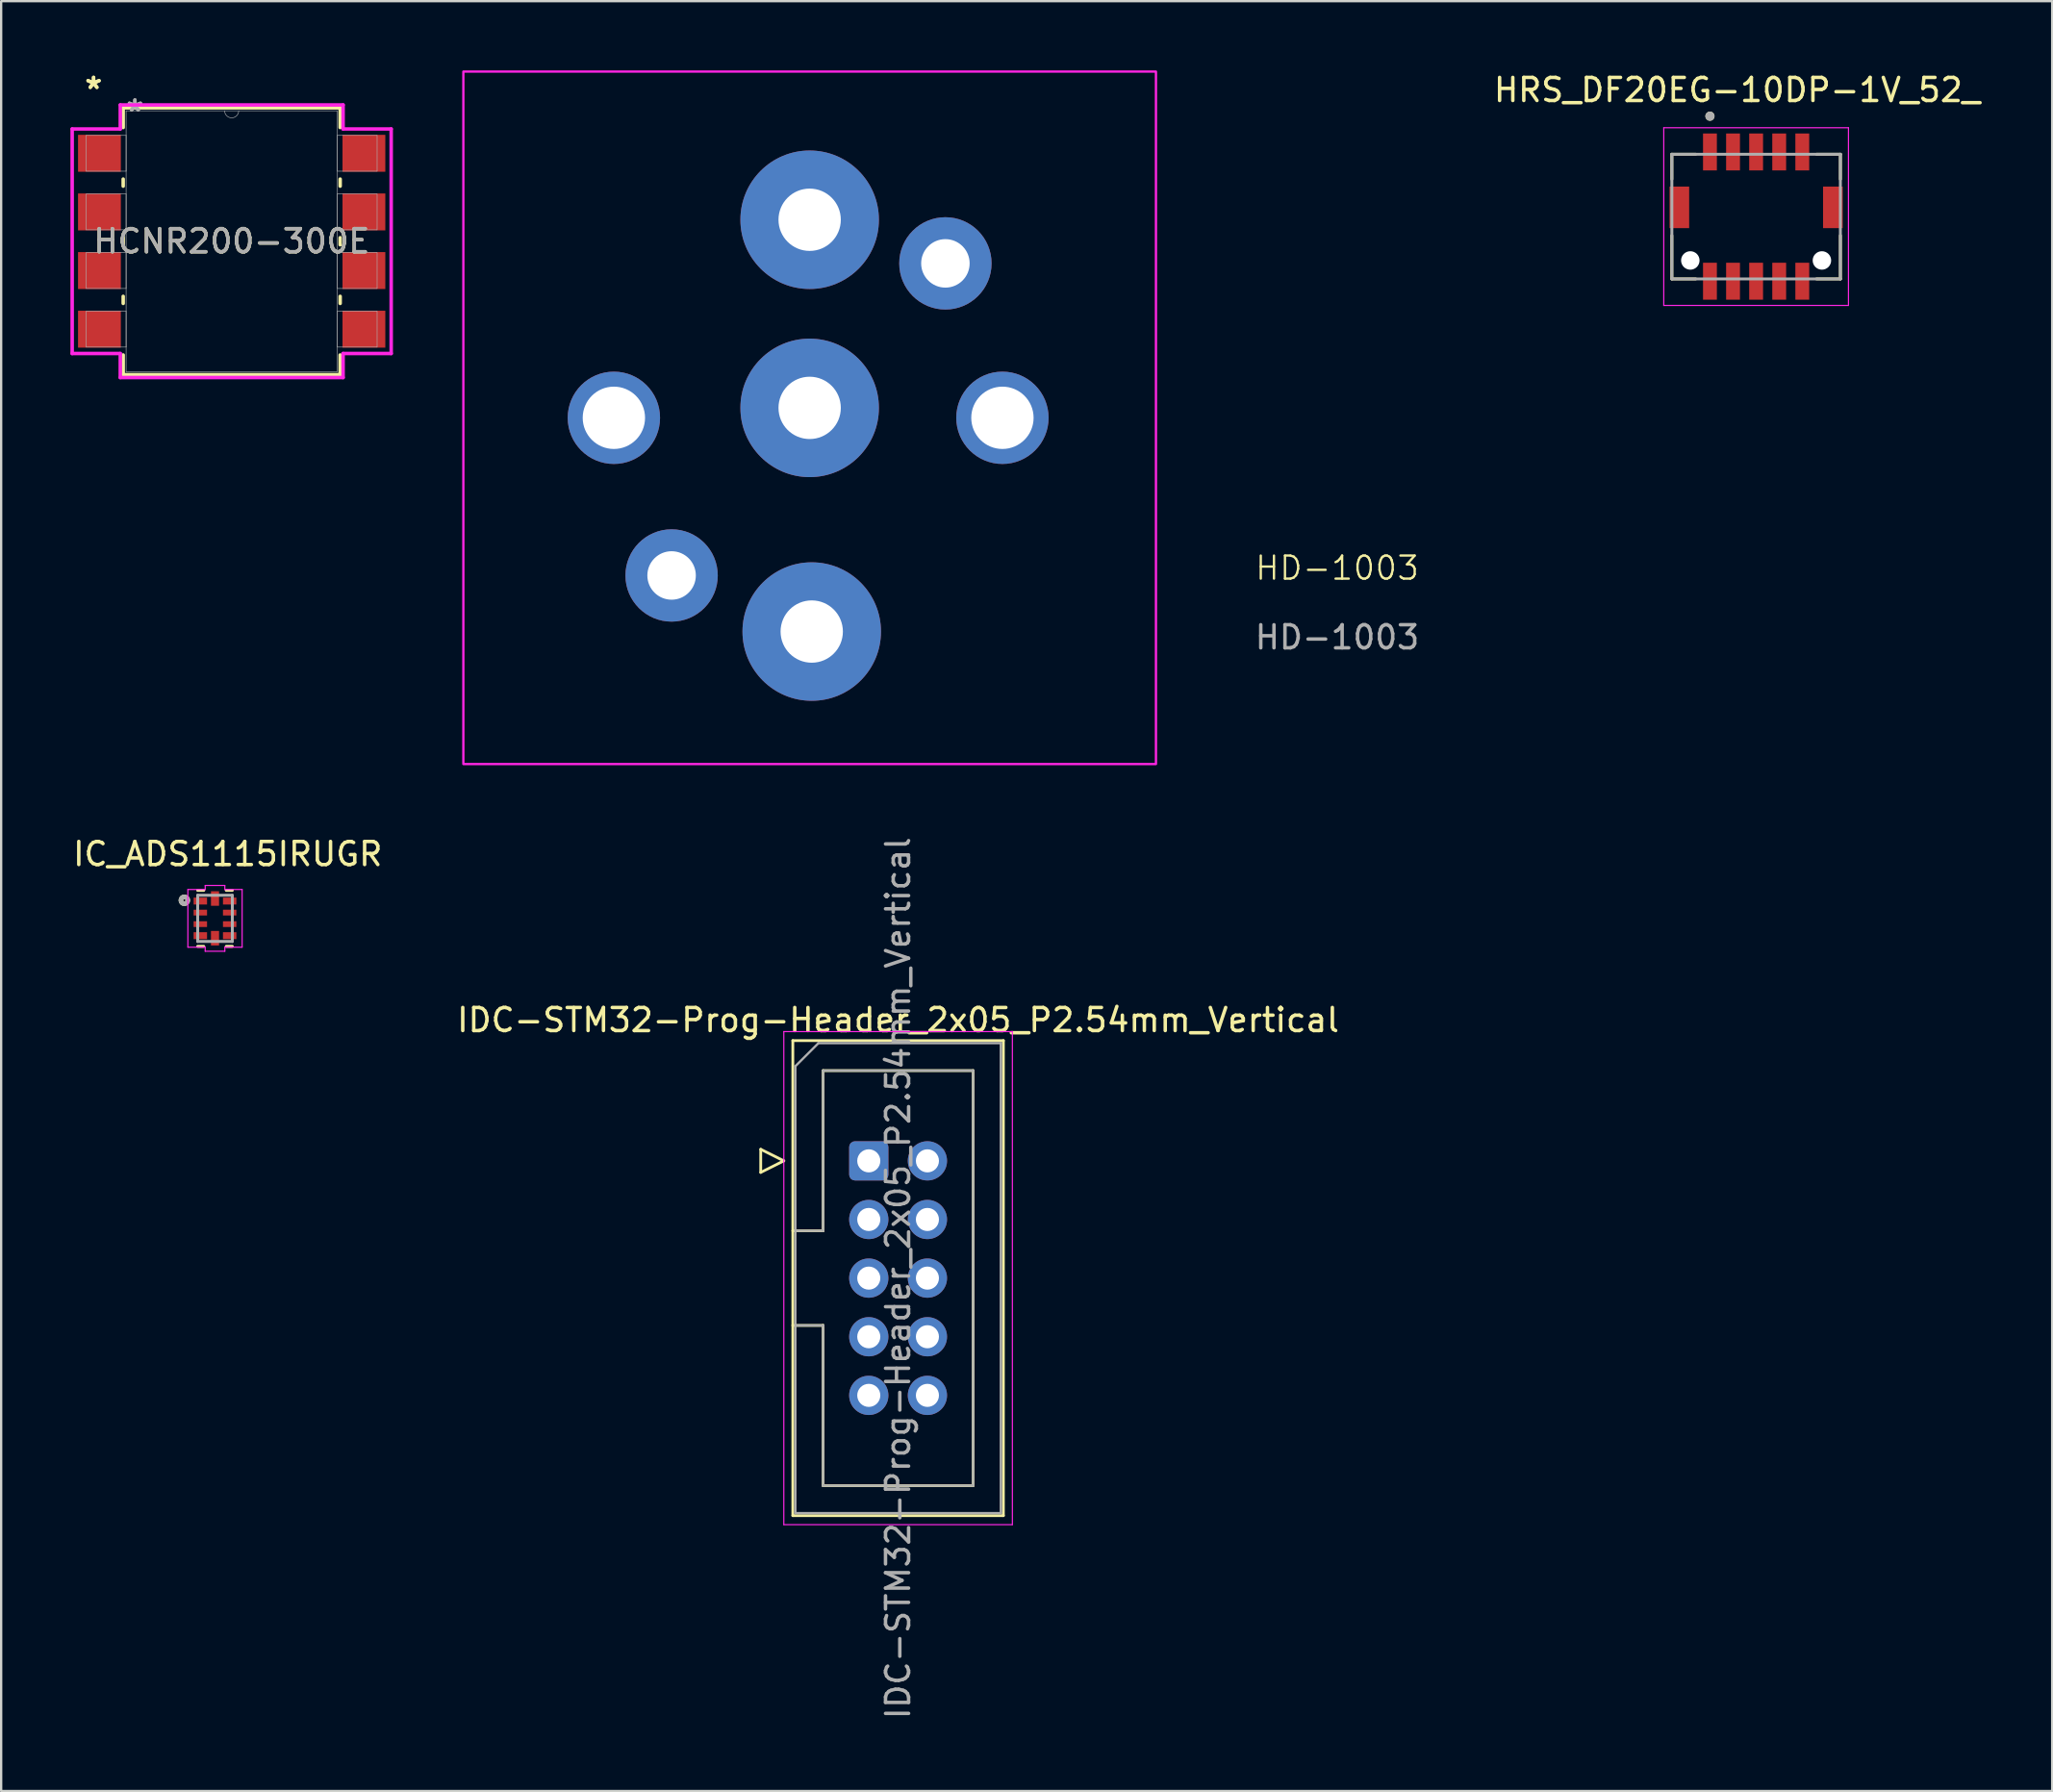
<source format=kicad_pcb>
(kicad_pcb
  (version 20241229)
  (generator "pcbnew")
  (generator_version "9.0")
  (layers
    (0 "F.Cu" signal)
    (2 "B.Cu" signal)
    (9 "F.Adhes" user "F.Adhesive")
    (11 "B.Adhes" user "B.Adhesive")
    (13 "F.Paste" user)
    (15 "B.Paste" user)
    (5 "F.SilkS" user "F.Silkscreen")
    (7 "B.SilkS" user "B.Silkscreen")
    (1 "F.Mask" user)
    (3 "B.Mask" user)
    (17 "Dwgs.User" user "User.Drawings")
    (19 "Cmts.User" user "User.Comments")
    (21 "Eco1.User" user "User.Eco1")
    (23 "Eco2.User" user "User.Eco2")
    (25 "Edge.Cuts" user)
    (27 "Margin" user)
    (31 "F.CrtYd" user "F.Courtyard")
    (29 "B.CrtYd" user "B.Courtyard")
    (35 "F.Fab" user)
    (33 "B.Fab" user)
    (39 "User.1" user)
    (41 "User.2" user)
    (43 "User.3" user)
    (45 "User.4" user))
  (footprint "IC_ADS1115IRUGR"
    (layer "F.Cu")
    (at 6.263 36.735)
    (property "Reference" "IC_ADS1115IRUGR" (at 0.552 -2.787 0) (layer "F.SilkS") (effects (font (size 1 1) (thickness 0.15))))
    (attr smd)
    (fp_line (start -0.488 -1.213) (end -0.75 -1.213) (stroke (width 0.127) (type solid)) (layer "F.SilkS"))
    (fp_line (start -0.488 1.213) (end -0.75 1.213) (stroke (width 0.127) (type solid)) (layer "F.SilkS"))
    (fp_line (start 0.75 -1.213) (end 0.488 -1.213) (stroke (width 0.127) (type solid)) (layer "F.SilkS"))
    (fp_line (start 0.75 1.213) (end 0.488 1.213) (stroke (width 0.127) (type solid)) (layer "F.SilkS"))
    (fp_circle (center -1.328 -0.783) (end -1.278 -0.783) (stroke (width 0.2) (type solid)) (fill no) (layer "F.SilkS"))
    (fp_poly (pts (xy -0.92 -0.6) (xy -0.92 -0.9) (xy -0.35 -0.9) (xy -0.35 -0.6)) (stroke (width 0.01) (type solid)) (fill yes) (layer "F.Paste"))
    (fp_poly (pts (xy -0.92 -0.13) (xy -0.92 -0.37) (xy -0.35 -0.37) (xy -0.35 -0.13)) (stroke (width 0.01) (type solid)) (fill yes) (layer "F.Paste"))
    (fp_poly (pts (xy -0.92 0.37) (xy -0.92 0.13) (xy -0.35 0.13) (xy -0.35 0.37)) (stroke (width 0.01) (type solid)) (fill yes) (layer "F.Paste"))
    (fp_poly (pts (xy -0.92 0.9) (xy -0.92 0.6) (xy -0.35 0.6) (xy -0.35 0.9)) (stroke (width 0.01) (type solid)) (fill yes) (layer "F.Paste"))
    (fp_poly (pts (xy -0.17 -1.17) (xy 0.17 -1.17) (xy 0.17 -0.55) (xy -0.17 -0.55)) (stroke (width 0.01) (type solid)) (fill yes) (layer "F.Paste"))
    (fp_poly (pts (xy -0.17 0.55) (xy 0.17 0.55) (xy 0.17 1.17) (xy -0.17 1.17)) (stroke (width 0.01) (type solid)) (fill yes) (layer "F.Paste"))
    (fp_poly (pts (xy 0.35 -0.6) (xy 0.35 -0.9) (xy 0.92 -0.9) (xy 0.92 -0.6)) (stroke (width 0.01) (type solid)) (fill yes) (layer "F.Paste"))
    (fp_poly (pts (xy 0.35 -0.13) (xy 0.35 -0.37) (xy 0.92 -0.37) (xy 0.92 -0.13)) (stroke (width 0.01) (type solid)) (fill yes) (layer "F.Paste"))
    (fp_poly (pts (xy 0.35 0.37) (xy 0.35 0.13) (xy 0.92 0.13) (xy 0.92 0.37)) (stroke (width 0.01) (type solid)) (fill yes) (layer "F.Paste"))
    (fp_poly (pts (xy 0.35 0.9) (xy 0.35 0.6) (xy 0.92 0.6) (xy 0.92 0.9)) (stroke (width 0.01) (type solid)) (fill yes) (layer "F.Paste"))
    (fp_line (start -1.175 -1.25) (end -0.425 -1.25) (stroke (width 0.05) (type solid)) (layer "F.CrtYd"))
    (fp_line (start -1.175 1.25) (end -1.175 -1.25) (stroke (width 0.05) (type solid)) (layer "F.CrtYd"))
    (fp_line (start -0.425 -1.425) (end 0.425 -1.425) (stroke (width 0.05) (type solid)) (layer "F.CrtYd"))
    (fp_line (start -0.425 -1.25) (end -0.425 -1.425) (stroke (width 0.05) (type solid)) (layer "F.CrtYd"))
    (fp_line (start -0.425 1.25) (end -1.175 1.25) (stroke (width 0.05) (type solid)) (layer "F.CrtYd"))
    (fp_line (start -0.425 1.425) (end -0.425 1.25) (stroke (width 0.05) (type solid)) (layer "F.CrtYd"))
    (fp_line (start 0.425 -1.425) (end 0.425 -1.25) (stroke (width 0.05) (type solid)) (layer "F.CrtYd"))
    (fp_line (start 0.425 -1.25) (end 1.175 -1.25) (stroke (width 0.05) (type solid)) (layer "F.CrtYd"))
    (fp_line (start 0.425 1.25) (end 0.425 1.425) (stroke (width 0.05) (type solid)) (layer "F.CrtYd"))
    (fp_line (start 0.425 1.425) (end -0.425 1.425) (stroke (width 0.05) (type solid)) (layer "F.CrtYd"))
    (fp_line (start 1.175 -1.25) (end 1.175 1.25) (stroke (width 0.05) (type solid)) (layer "F.CrtYd"))
    (fp_line (start 1.175 1.25) (end 0.425 1.25) (stroke (width 0.05) (type solid)) (layer "F.CrtYd"))
    (fp_line (start -0.75 -1) (end -0.75 1) (stroke (width 0.127) (type solid)) (layer "F.Fab"))
    (fp_line (start -0.75 1) (end 0.75 1) (stroke (width 0.127) (type solid)) (layer "F.Fab"))
    (fp_line (start 0.75 -1) (end -0.75 -1) (stroke (width 0.127) (type solid)) (layer "F.Fab"))
    (fp_line (start 0.75 1) (end 0.75 -1) (stroke (width 0.127) (type solid)) (layer "F.Fab"))
    (fp_circle (center -1.328 -0.783) (end -1.278 -0.783) (stroke (width 0.2) (type solid)) (fill no) (layer "F.Fab"))
    (pad "1" smd rect (at -0.635 -0.75 270) (size 0.3 0.58) (layers "F.Cu" "F.Mask"))
    (pad "2" smd rect (at -0.635 -0.25 270) (size 0.25 0.58) (layers "F.Cu" "F.Mask"))
    (pad "3" smd rect (at -0.635 0.25 270) (size 0.25 0.58) (layers "F.Cu" "F.Mask"))
    (pad "4" smd rect (at -0.635 0.75 270) (size 0.3 0.58) (layers "F.Cu" "F.Mask"))
    (pad "5" smd rect (at 0 0.86 270) (size 0.63 0.35) (layers "F.Cu" "F.Mask"))
    (pad "6" smd rect (at 0.635 0.75 270) (size 0.3 0.58) (layers "F.Cu" "F.Mask"))
    (pad "7" smd rect (at 0.635 0.25 270) (size 0.25 0.58) (layers "F.Cu" "F.Mask"))
    (pad "8" smd rect (at 0.635 -0.25 270) (size 0.25 0.58) (layers "F.Cu" "F.Mask"))
    (pad "9" smd rect (at 0.635 -0.75 270) (size 0.3 0.58) (layers "F.Cu" "F.Mask"))
    (pad "10" smd rect (at 0 -0.86 270) (size 0.63 0.35) (layers "F.Cu" "F.Mask")))
  (footprint "IDC-STM32-Prog-Header_2x05_P2.54mm_Vertical"
    (layer "F.Cu")
    (at 34.581 47.24)
    (property "Reference" "IDC-STM32-Prog-Header_2x05_P2.54mm_Vertical" (at 1.27 -6.1 0) (layer "F.SilkS") (effects (font (size 1 1) (thickness 0.15))))
    (attr through_hole)
    (fp_line (start -4.68 -0.5) (end -4.68 0.5) (stroke (width 0.12) (type solid)) (layer "F.SilkS"))
    (fp_line (start -4.68 0.5) (end -3.68 0) (stroke (width 0.12) (type solid)) (layer "F.SilkS"))
    (fp_line (start -3.68 0) (end -4.68 -0.5) (stroke (width 0.12) (type solid)) (layer "F.SilkS"))
    (fp_line (start -3.29 -5.21) (end 5.83 -5.21) (stroke (width 0.12) (type solid)) (layer "F.SilkS"))
    (fp_line (start -3.29 3.03) (end -1.98 3.03) (stroke (width 0.12) (type solid)) (layer "F.SilkS"))
    (fp_line (start -3.29 15.37) (end -3.29 -5.21) (stroke (width 0.12) (type solid)) (layer "F.SilkS"))
    (fp_line (start -1.98 -3.91) (end 4.52 -3.91) (stroke (width 0.12) (type solid)) (layer "F.SilkS"))
    (fp_line (start -1.98 3.03) (end -1.98 -3.91) (stroke (width 0.12) (type solid)) (layer "F.SilkS"))
    (fp_line (start -1.98 7.13) (end -3.29 7.13) (stroke (width 0.12) (type solid)) (layer "F.SilkS"))
    (fp_line (start -1.98 7.13) (end -1.98 7.13) (stroke (width 0.12) (type solid)) (layer "F.SilkS"))
    (fp_line (start -1.98 14.07) (end -1.98 7.13) (stroke (width 0.12) (type solid)) (layer "F.SilkS"))
    (fp_line (start 4.52 -3.91) (end 4.52 14.07) (stroke (width 0.12) (type solid)) (layer "F.SilkS"))
    (fp_line (start 4.52 14.07) (end -1.98 14.07) (stroke (width 0.12) (type solid)) (layer "F.SilkS"))
    (fp_line (start 5.83 -5.21) (end 5.83 15.37) (stroke (width 0.12) (type solid)) (layer "F.SilkS"))
    (fp_line (start 5.83 15.37) (end -3.29 15.37) (stroke (width 0.12) (type solid)) (layer "F.SilkS"))
    (fp_line (start -3.68 -5.6) (end -3.68 15.76) (stroke (width 0.05) (type solid)) (layer "F.CrtYd"))
    (fp_line (start -3.68 15.76) (end 6.22 15.76) (stroke (width 0.05) (type solid)) (layer "F.CrtYd"))
    (fp_line (start 6.22 -5.6) (end -3.68 -5.6) (stroke (width 0.05) (type solid)) (layer "F.CrtYd"))
    (fp_line (start 6.22 15.76) (end 6.22 -5.6) (stroke (width 0.05) (type solid)) (layer "F.CrtYd"))
    (fp_line (start -3.18 -4.1) (end -2.18 -5.1) (stroke (width 0.1) (type solid)) (layer "F.Fab"))
    (fp_line (start -3.18 3.03) (end -1.98 3.03) (stroke (width 0.1) (type solid)) (layer "F.Fab"))
    (fp_line (start -3.18 15.26) (end -3.18 -4.1) (stroke (width 0.1) (type solid)) (layer "F.Fab"))
    (fp_line (start -2.18 -5.1) (end 5.72 -5.1) (stroke (width 0.1) (type solid)) (layer "F.Fab"))
    (fp_line (start -1.98 -3.91) (end 4.52 -3.91) (stroke (width 0.1) (type solid)) (layer "F.Fab"))
    (fp_line (start -1.98 3.03) (end -1.98 -3.91) (stroke (width 0.1) (type solid)) (layer "F.Fab"))
    (fp_line (start -1.98 7.13) (end -3.18 7.13) (stroke (width 0.1) (type solid)) (layer "F.Fab"))
    (fp_line (start -1.98 7.13) (end -1.98 7.13) (stroke (width 0.1) (type solid)) (layer "F.Fab"))
    (fp_line (start -1.98 14.07) (end -1.98 7.13) (stroke (width 0.1) (type solid)) (layer "F.Fab"))
    (fp_line (start 4.52 -3.91) (end 4.52 14.07) (stroke (width 0.1) (type solid)) (layer "F.Fab"))
    (fp_line (start 4.52 14.07) (end -1.98 14.07) (stroke (width 0.1) (type solid)) (layer "F.Fab"))
    (fp_line (start 5.72 -5.1) (end 5.72 15.26) (stroke (width 0.1) (type solid)) (layer "F.Fab"))
    (fp_line (start 5.72 15.26) (end -3.18 15.26) (stroke (width 0.1) (type solid)) (layer "F.Fab"))
    (fp_text user "${REFERENCE}" (at 1.27 5.08 90) (layer "F.Fab") (effects (font (size 1 1) (thickness 0.15))))
    (pad "1" thru_hole roundrect (at 0 0) (size 1.7 1.7) (drill 1) (layers "*.Cu" "*.Mask") (roundrect_rratio 0.147))
    (pad "2" thru_hole circle (at 2.54 0) (size 1.7 1.7) (drill 1) (layers "*.Cu" "*.Mask"))
    (pad "3" thru_hole circle (at 0 2.54) (size 1.7 1.7) (drill 1) (layers "*.Cu" "*.Mask"))
    (pad "4" thru_hole circle (at 2.54 2.54) (size 1.7 1.7) (drill 1) (layers "*.Cu" "*.Mask"))
    (pad "5" thru_hole circle (at 0 5.08) (size 1.7 1.7) (drill 1) (layers "*.Cu" "*.Mask"))
    (pad "6" thru_hole circle (at 2.54 5.08) (size 1.7 1.7) (drill 1) (layers "*.Cu" "*.Mask"))
    (pad "7" thru_hole circle (at 0 7.62) (size 1.7 1.7) (drill 1) (layers "*.Cu" "*.Mask"))
    (pad "8" thru_hole circle (at 2.54 7.62) (size 1.7 1.7) (drill 1) (layers "*.Cu" "*.Mask"))
    (pad "9" thru_hole circle (at 0 10.16) (size 1.7 1.7) (drill 1) (layers "*.Cu" "*.Mask"))
    (pad "10" thru_hole circle (at 2.54 10.16) (size 1.7 1.7) (drill 1) (layers "*.Cu" "*.Mask")))
  (footprint "HCNR200-300E"
    (layer "F.Cu")
    (at 6.985 7.401)
    (property "Reference" "HCNR200-300E" (at 0 0 0) (unlocked yes) (layer "F.SilkS") (effects (font (size 1 1) (thickness 0.15))))
    (attr smd)
    (fp_line (start -4.699 -5.779) (end -4.699 -4.927) (stroke (width 0.152) (type solid)) (layer "F.SilkS"))
    (fp_line (start -4.699 -2.693) (end -4.699 -2.387) (stroke (width 0.152) (type solid)) (layer "F.SilkS"))
    (fp_line (start -4.699 -0.153) (end -4.699 0.153) (stroke (width 0.152) (type solid)) (layer "F.SilkS"))
    (fp_line (start -4.699 2.387) (end -4.699 2.693) (stroke (width 0.152) (type solid)) (layer "F.SilkS"))
    (fp_line (start -4.699 4.927) (end -4.699 5.779) (stroke (width 0.152) (type solid)) (layer "F.SilkS"))
    (fp_line (start -4.699 5.779) (end 4.699 5.779) (stroke (width 0.152) (type solid)) (layer "F.SilkS"))
    (fp_line (start 4.699 -5.779) (end -4.699 -5.779) (stroke (width 0.152) (type solid)) (layer "F.SilkS"))
    (fp_line (start 4.699 -4.927) (end 4.699 -5.779) (stroke (width 0.152) (type solid)) (layer "F.SilkS"))
    (fp_line (start 4.699 -2.387) (end 4.699 -2.693) (stroke (width 0.152) (type solid)) (layer "F.SilkS"))
    (fp_line (start 4.699 0.153) (end 4.699 -0.153) (stroke (width 0.152) (type solid)) (layer "F.SilkS"))
    (fp_line (start 4.699 2.693) (end 4.699 2.387) (stroke (width 0.152) (type solid)) (layer "F.SilkS"))
    (fp_line (start 4.699 5.779) (end 4.699 4.927) (stroke (width 0.152) (type solid)) (layer "F.SilkS"))
    (fp_line (start -6.909 -4.864) (end -4.826 -4.864) (stroke (width 0.152) (type solid)) (layer "F.CrtYd"))
    (fp_line (start -6.909 4.864) (end -6.909 -4.864) (stroke (width 0.152) (type solid)) (layer "F.CrtYd"))
    (fp_line (start -6.909 4.864) (end -4.826 4.864) (stroke (width 0.152) (type solid)) (layer "F.CrtYd"))
    (fp_line (start -4.826 -5.905) (end 4.826 -5.905) (stroke (width 0.152) (type solid)) (layer "F.CrtYd"))
    (fp_line (start -4.826 -4.864) (end -4.826 -5.905) (stroke (width 0.152) (type solid)) (layer "F.CrtYd"))
    (fp_line (start -4.826 5.905) (end -4.826 4.864) (stroke (width 0.152) (type solid)) (layer "F.CrtYd"))
    (fp_line (start 4.826 -5.905) (end 4.826 -4.864) (stroke (width 0.152) (type solid)) (layer "F.CrtYd"))
    (fp_line (start 4.826 4.864) (end 4.826 5.905) (stroke (width 0.152) (type solid)) (layer "F.CrtYd"))
    (fp_line (start 4.826 5.905) (end -4.826 5.905) (stroke (width 0.152) (type solid)) (layer "F.CrtYd"))
    (fp_line (start 6.909 -4.864) (end 4.826 -4.864) (stroke (width 0.152) (type solid)) (layer "F.CrtYd"))
    (fp_line (start 6.909 -4.864) (end 6.909 4.864) (stroke (width 0.152) (type solid)) (layer "F.CrtYd"))
    (fp_line (start 6.909 4.864) (end 4.826 4.864) (stroke (width 0.152) (type solid)) (layer "F.CrtYd"))
    (fp_line (start -6.299 -4.585) (end -6.299 -3.035) (stroke (width 0.025) (type solid)) (layer "F.Fab"))
    (fp_line (start -6.299 -3.035) (end -4.572 -3.035) (stroke (width 0.025) (type solid)) (layer "F.Fab"))
    (fp_line (start -6.299 -2.045) (end -6.299 -0.495) (stroke (width 0.025) (type solid)) (layer "F.Fab"))
    (fp_line (start -6.299 -0.495) (end -4.572 -0.495) (stroke (width 0.025) (type solid)) (layer "F.Fab"))
    (fp_line (start -6.299 0.495) (end -6.299 2.045) (stroke (width 0.025) (type solid)) (layer "F.Fab"))
    (fp_line (start -6.299 2.045) (end -4.572 2.045) (stroke (width 0.025) (type solid)) (layer "F.Fab"))
    (fp_line (start -6.299 3.035) (end -6.299 4.585) (stroke (width 0.025) (type solid)) (layer "F.Fab"))
    (fp_line (start -6.299 4.585) (end -4.572 4.585) (stroke (width 0.025) (type solid)) (layer "F.Fab"))
    (fp_line (start -4.572 -5.652) (end -4.572 5.652) (stroke (width 0.025) (type solid)) (layer "F.Fab"))
    (fp_line (start -4.572 -4.585) (end -6.299 -4.585) (stroke (width 0.025) (type solid)) (layer "F.Fab"))
    (fp_line (start -4.572 -3.035) (end -4.572 -4.585) (stroke (width 0.025) (type solid)) (layer "F.Fab"))
    (fp_line (start -4.572 -2.045) (end -6.299 -2.045) (stroke (width 0.025) (type solid)) (layer "F.Fab"))
    (fp_line (start -4.572 -0.495) (end -4.572 -2.045) (stroke (width 0.025) (type solid)) (layer "F.Fab"))
    (fp_line (start -4.572 0.495) (end -6.299 0.495) (stroke (width 0.025) (type solid)) (layer "F.Fab"))
    (fp_line (start -4.572 2.045) (end -4.572 0.495) (stroke (width 0.025) (type solid)) (layer "F.Fab"))
    (fp_line (start -4.572 3.035) (end -6.299 3.035) (stroke (width 0.025) (type solid)) (layer "F.Fab"))
    (fp_line (start -4.572 4.585) (end -4.572 3.035) (stroke (width 0.025) (type solid)) (layer "F.Fab"))
    (fp_line (start -4.572 5.652) (end 4.572 5.652) (stroke (width 0.025) (type solid)) (layer "F.Fab"))
    (fp_line (start 4.572 -5.652) (end -4.572 -5.652) (stroke (width 0.025) (type solid)) (layer "F.Fab"))
    (fp_line (start 4.572 -4.585) (end 4.572 -3.035) (stroke (width 0.025) (type solid)) (layer "F.Fab"))
    (fp_line (start 4.572 -3.035) (end 6.299 -3.035) (stroke (width 0.025) (type solid)) (layer "F.Fab"))
    (fp_line (start 4.572 -2.045) (end 4.572 -0.495) (stroke (width 0.025) (type solid)) (layer "F.Fab"))
    (fp_line (start 4.572 -0.495) (end 6.299 -0.495) (stroke (width 0.025) (type solid)) (layer "F.Fab"))
    (fp_line (start 4.572 0.495) (end 4.572 2.045) (stroke (width 0.025) (type solid)) (layer "F.Fab"))
    (fp_line (start 4.572 2.045) (end 6.299 2.045) (stroke (width 0.025) (type solid)) (layer "F.Fab"))
    (fp_line (start 4.572 3.035) (end 4.572 4.585) (stroke (width 0.025) (type solid)) (layer "F.Fab"))
    (fp_line (start 4.572 4.585) (end 6.299 4.585) (stroke (width 0.025) (type solid)) (layer "F.Fab"))
    (fp_line (start 4.572 5.652) (end 4.572 -5.652) (stroke (width 0.025) (type solid)) (layer "F.Fab"))
    (fp_line (start 6.299 -4.585) (end 4.572 -4.585) (stroke (width 0.025) (type solid)) (layer "F.Fab"))
    (fp_line (start 6.299 -3.035) (end 6.299 -4.585) (stroke (width 0.025) (type solid)) (layer "F.Fab"))
    (fp_line (start 6.299 -2.045) (end 4.572 -2.045) (stroke (width 0.025) (type solid)) (layer "F.Fab"))
    (fp_line (start 6.299 -0.495) (end 6.299 -2.045) (stroke (width 0.025) (type solid)) (layer "F.Fab"))
    (fp_line (start 6.299 0.495) (end 4.572 0.495) (stroke (width 0.025) (type solid)) (layer "F.Fab"))
    (fp_line (start 6.299 2.045) (end 6.299 0.495) (stroke (width 0.025) (type solid)) (layer "F.Fab"))
    (fp_line (start 6.299 3.035) (end 4.572 3.035) (stroke (width 0.025) (type solid)) (layer "F.Fab"))
    (fp_line (start 6.299 4.585) (end 6.299 3.035) (stroke (width 0.025) (type solid)) (layer "F.Fab"))
    (fp_arc (start 0.3048 -5.6515) (mid 0 -5.3467) (end -0.3048 -5.6515) (stroke (width 0.0254) (type solid)) (layer "F.Fab"))
    (fp_text user "*" (at -5.982 -6.553 0) (unlocked yes) (layer "F.SilkS") (effects (font (size 1 1) (thickness 0.15))))
    (fp_text user "*" (at -5.982 -6.553 0) (layer "F.SilkS") (effects (font (size 1 1) (thickness 0.15))))
    (fp_text user "*" (at -4.191 -5.575 0) (layer "F.Fab") (effects (font (size 1 1) (thickness 0.15))))
    (fp_text user "*" (at -4.191 -5.575 0) (unlocked yes) (layer "F.Fab") (effects (font (size 1 1) (thickness 0.15))))
    (fp_text user "${REFERENCE}" (at 0 0 0) (unlocked yes) (layer "F.Fab") (effects (font (size 1 1) (thickness 0.15))))
    (pad "1" smd rect (at -5.728 -3.81) (size 1.854 1.6) (layers "F.Cu" "F.Mask" "F.Paste"))
    (pad "2" smd rect (at -5.728 -1.27) (size 1.854 1.6) (layers "F.Cu" "F.Mask" "F.Paste"))
    (pad "3" smd rect (at -5.728 1.27) (size 1.854 1.6) (layers "F.Cu" "F.Mask" "F.Paste"))
    (pad "4" smd rect (at -5.728 3.81) (size 1.854 1.6) (layers "F.Cu" "F.Mask" "F.Paste"))
    (pad "5" smd rect (at 5.728 3.81) (size 1.854 1.6) (layers "F.Cu" "F.Mask" "F.Paste"))
    (pad "6" smd rect (at 5.728 1.27) (size 1.854 1.6) (layers "F.Cu" "F.Mask" "F.Paste"))
    (pad "7" smd rect (at 5.728 -1.27) (size 1.854 1.6) (layers "F.Cu" "F.Mask" "F.Paste"))
    (pad "8" smd rect (at 5.728 -3.81) (size 1.854 1.6) (layers "F.Cu" "F.Mask" "F.Paste")))
  (footprint "HRS_DF20EG-10DP-1V_52_"
    (layer "F.Cu")
    (at 73.016 6.333)
    (property "Reference" "HRS_DF20EG-10DP-1V_52_" (at -0.825 -5.485 0) (layer "F.SilkS") (effects (font (size 1 1) (thickness 0.15))))
    (attr smd)
    (fp_line (start -3.65 -2.7) (end -2.62 -2.7) (stroke (width 0.127) (type solid)) (layer "F.SilkS"))
    (fp_line (start -3.65 -1.62) (end -3.65 -2.7) (stroke (width 0.127) (type solid)) (layer "F.SilkS"))
    (fp_line (start -3.65 2.7) (end -3.65 0.82) (stroke (width 0.127) (type solid)) (layer "F.SilkS"))
    (fp_line (start -2.62 2.7) (end -3.65 2.7) (stroke (width 0.127) (type solid)) (layer "F.SilkS"))
    (fp_line (start 2.62 -2.7) (end 3.65 -2.7) (stroke (width 0.127) (type solid)) (layer "F.SilkS"))
    (fp_line (start 3.65 -2.7) (end 3.65 -1.62) (stroke (width 0.127) (type solid)) (layer "F.SilkS"))
    (fp_line (start 3.65 2.7) (end 2.62 2.7) (stroke (width 0.127) (type solid)) (layer "F.SilkS"))
    (fp_line (start 3.65 2.7) (end 3.65 0.82) (stroke (width 0.127) (type solid)) (layer "F.SilkS"))
    (fp_circle (center -2 -4.35) (end -1.9 -4.35) (stroke (width 0.2) (type solid)) (fill no) (layer "F.SilkS"))
    (fp_line (start -4 -3.85) (end -4 3.85) (stroke (width 0.05) (type solid)) (layer "F.CrtYd"))
    (fp_line (start -4 3.85) (end 4 3.85) (stroke (width 0.05) (type solid)) (layer "F.CrtYd"))
    (fp_line (start 4 -3.85) (end -4 -3.85) (stroke (width 0.05) (type solid)) (layer "F.CrtYd"))
    (fp_line (start 4 3.85) (end 4 -3.85) (stroke (width 0.05) (type solid)) (layer "F.CrtYd"))
    (fp_line (start -3.65 -2.7) (end 3.65 -2.7) (stroke (width 0.127) (type solid)) (layer "F.Fab"))
    (fp_line (start -3.65 2.7) (end -3.65 -2.7) (stroke (width 0.127) (type solid)) (layer "F.Fab"))
    (fp_line (start 3.65 -2.7) (end 3.65 2.7) (stroke (width 0.127) (type solid)) (layer "F.Fab"))
    (fp_line (start 3.65 2.7) (end -3.65 2.7) (stroke (width 0.127) (type solid)) (layer "F.Fab"))
    (fp_circle (center -2 -4.35) (end -1.9 -4.35) (stroke (width 0.2) (type solid)) (fill no) (layer "F.Fab"))
    (pad "" np_thru_hole circle (at -2.85 1.9) (size 0.8 0.8) (drill 0.8) (layers "*.Cu" "*.Mask"))
    (pad "" np_thru_hole circle (at 2.85 1.9) (size 0.8 0.8) (drill 0.8) (layers "*.Cu" "*.Mask"))
    (pad "1" smd rect (at -2 -2.8) (size 0.6 1.6) (layers "F.Cu" "F.Mask" "F.Paste"))
    (pad "2" smd rect (at -1 -2.8) (size 0.6 1.6) (layers "F.Cu" "F.Mask" "F.Paste"))
    (pad "3" smd rect (at 0 -2.8) (size 0.6 1.6) (layers "F.Cu" "F.Mask" "F.Paste"))
    (pad "4" smd rect (at 1 -2.8) (size 0.6 1.6) (layers "F.Cu" "F.Mask" "F.Paste"))
    (pad "5" smd rect (at 2 -2.8) (size 0.6 1.6) (layers "F.Cu" "F.Mask" "F.Paste"))
    (pad "6" smd rect (at -2 2.8) (size 0.6 1.6) (layers "F.Cu" "F.Mask" "F.Paste"))
    (pad "7" smd rect (at -1 2.8) (size 0.6 1.6) (layers "F.Cu" "F.Mask" "F.Paste"))
    (pad "8" smd rect (at 0 2.8) (size 0.6 1.6) (layers "F.Cu" "F.Mask" "F.Paste"))
    (pad "9" smd rect (at 1 2.8) (size 0.6 1.6) (layers "F.Cu" "F.Mask" "F.Paste"))
    (pad "10" smd rect (at 2 2.8) (size 0.6 1.6) (layers "F.Cu" "F.Mask" "F.Paste"))
    (pad "S1" smd rect (at -3.325 -0.4) (size 0.85 1.8) (layers "F.Cu" "F.Mask" "F.Paste"))
    (pad "S2" smd rect (at 3.325 -0.4) (size 0.85 1.8) (layers "F.Cu" "F.Mask" "F.Paste"))
    (zone (net_name "") (layer "F.Cu") (hatch full 0.508) (connect_pads) (min_thickness 0.01) (filled_areas_thickness no) (keepout (tracks not_allowed) (vias not_allowed) (pads not_allowed) (copperpour not_allowed) (footprints allowed)) (placement (enabled no)) (fill) (polygon (pts (xy 70.716 4.333) (xy 75.316 4.333) (xy 75.316 8.333) (xy 70.716 8.333))))
    (zone (net_name "") (layers "F.Cu" "B.Cu") (hatch full 0.508) (connect_pads) (min_thickness 0.01) (filled_areas_thickness no) (keepout (tracks allowed) (vias not_allowed) (pads allowed) (copperpour allowed) (footprints allowed)) (placement (enabled no)) (fill) (polygon (pts (xy 70.716 4.333) (xy 75.316 4.333) (xy 75.316 8.333) (xy 70.716 8.333)))))
  (footprint "HD-1003"
    (layer "F.Cu")
    (at 26.07 19.36)
    (property "Reference" "HD-1003" (at 28.8 2.2 0) (unlocked yes) (layer "F.SilkS") (effects (font (size 1 1) (thickness 0.1))))
    (attr board_only exclude_from_pos_files exclude_from_bom)
    (fp_rect (start -9.05 -19.31) (end 20.95 10.69) (stroke (width 0.1) (type solid)) (fill no) (layer "F.CrtYd"))
    (fp_text user "${REFERENCE}" (at 28.8 5.2 0) (unlocked yes) (layer "F.Fab") (effects (font (size 1 1) (thickness 0.15))))
    (pad "" np_thru_hole circle (at -0.03 2.52) (size 4 4) (drill 2.1) (layers "*.Cu" "*.Mask"))
    (pad "" np_thru_hole circle (at 11.83 -11) (size 4 4) (drill 2.1) (layers "*.Cu" "*.Mask"))
    (pad "1" thru_hole circle (at -2.53 -4.31) (size 4 4) (drill 2.7) (layers "*.Cu" "*.Mask"))
    (pad "2" thru_hole circle (at 14.3 -4.31) (size 4 4) (drill 2.7) (layers "*.Cu" "*.Mask"))
    (pad "3" thru_hole circle (at 5.95 -4.74) (size 6 6) (drill 2.7) (layers "*.Cu" "*.Mask"))
    (pad "4" thru_hole circle (at 5.95 -12.89) (size 6 6) (drill 2.7) (layers "*.Cu" "*.Mask"))
    (pad "5" thru_hole circle (at 6.04 4.95) (size 6 6) (drill 2.7) (layers "*.Cu" "*.Mask")))
  (gr_rect
    (start -3 -3)
    (end 85.84 74.54)
    (stroke (width 0.1) (type default))
    (fill no)
    (layer "Edge.Cuts")))
</source>
